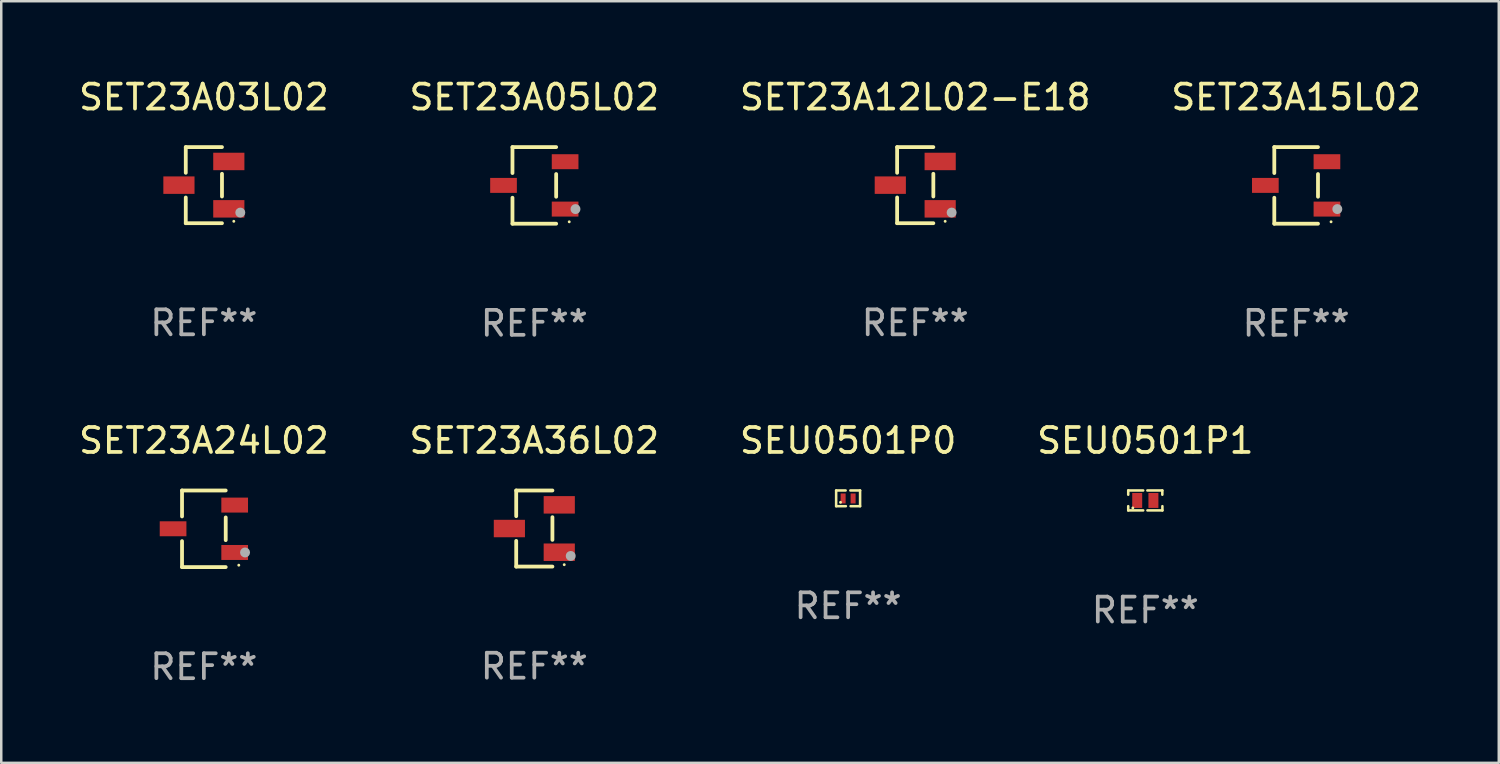
<source format=kicad_pcb>
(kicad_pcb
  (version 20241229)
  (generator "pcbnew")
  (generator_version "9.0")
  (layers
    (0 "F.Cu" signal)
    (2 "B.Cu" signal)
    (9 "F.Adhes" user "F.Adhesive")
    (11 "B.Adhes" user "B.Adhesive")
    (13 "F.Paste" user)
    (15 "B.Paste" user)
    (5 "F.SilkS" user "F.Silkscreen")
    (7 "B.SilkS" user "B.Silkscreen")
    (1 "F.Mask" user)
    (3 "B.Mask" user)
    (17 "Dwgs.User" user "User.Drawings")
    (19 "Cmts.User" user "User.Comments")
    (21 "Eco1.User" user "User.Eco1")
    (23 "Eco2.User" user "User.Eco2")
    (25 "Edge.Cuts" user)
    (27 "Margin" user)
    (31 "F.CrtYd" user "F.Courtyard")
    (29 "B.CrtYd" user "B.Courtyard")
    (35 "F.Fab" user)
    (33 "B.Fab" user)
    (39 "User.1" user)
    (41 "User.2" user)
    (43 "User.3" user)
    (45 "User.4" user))
  (footprint "SET23A15L02"
    (layer "F.Cu")
    (at 48.923 4.384)
    (property "Reference" "SET23A15L02" (at 0 -3.536 0) (layer "F.SilkS") (effects (font (size 1 1) (thickness 0.15))))
    (attr through_hole)
    (fp_line (start -0.876 -1.536) (end -0.876 -0.495) (stroke (width 0.152) (type solid)) (layer "F.SilkS"))
    (fp_line (start -0.876 1.536) (end -0.876 0.495) (stroke (width 0.152) (type solid)) (layer "F.SilkS"))
    (fp_line (start 0.876 -1.536) (end -0.876 -1.536) (stroke (width 0.152) (type solid)) (layer "F.SilkS"))
    (fp_line (start 0.876 -0.455) (end 0.876 0.455) (stroke (width 0.152) (type solid)) (layer "F.SilkS"))
    (fp_line (start 0.876 1.536) (end -0.876 1.536) (stroke (width 0.152) (type solid)) (layer "F.SilkS"))
    (fp_circle (center 1.4 1.46) (end 1.43 1.46) (stroke (width 0.06) (type solid)) (fill no) (layer "F.SilkS"))
    (fp_circle (center 1.651 0.95) (end 1.751 0.95) (stroke (width 0.2) (type solid)) (fill no) (layer "F.Fab"))
    (fp_text user "REF**" (at 0 5.536 0) (layer "F.Fab") (effects (font (size 1 1) (thickness 0.15))))
    (pad "1" smd rect (at 1.235 0.95) (size 1.07 0.6) (layers "F.Cu" "F.Mask" "F.Paste"))
    (pad "2" smd rect (at 1.235 -0.95) (size 1.07 0.6) (layers "F.Cu" "F.Mask" "F.Paste"))
    (pad "3" smd rect (at -1.235 0) (size 1.07 0.6) (layers "F.Cu" "F.Mask" "F.Paste")))
  (footprint "SEU0501P1"
    (layer "F.Cu")
    (at 42.875 17.017)
    (property "Reference" "SEU0501P1" (at 0 -2.4 0) (layer "F.SilkS") (effects (font (size 1 1) (thickness 0.15))))
    (attr through_hole)
    (fp_line (start -0.685 -0.4) (end -0.685 -0.23) (stroke (width 0.102) (type solid)) (layer "F.SilkS"))
    (fp_line (start -0.685 0.4) (end -0.685 0.23) (stroke (width 0.102) (type solid)) (layer "F.SilkS"))
    (fp_line (start -0.085 -0.4) (end -0.685 -0.4) (stroke (width 0.102) (type solid)) (layer "F.SilkS"))
    (fp_line (start -0.085 0.4) (end -0.685 0.4) (stroke (width 0.102) (type solid)) (layer "F.SilkS"))
    (fp_line (start 0.082 -0.4) (end 0.682 -0.4) (stroke (width 0.102) (type solid)) (layer "F.SilkS"))
    (fp_line (start 0.085 0.4) (end 0.685 0.4) (stroke (width 0.102) (type solid)) (layer "F.SilkS"))
    (fp_line (start 0.682 -0.4) (end 0.682 -0.23) (stroke (width 0.102) (type solid)) (layer "F.SilkS"))
    (fp_line (start 0.685 0.4) (end 0.685 0.23) (stroke (width 0.102) (type solid)) (layer "F.SilkS"))
    (fp_circle (center -0.5 0.3) (end -0.47 0.3) (stroke (width 0.06) (type solid)) (fill no) (layer "F.SilkS"))
    (fp_text user "REF**" (at 0 4.4 0) (layer "F.Fab") (effects (font (size 1 1) (thickness 0.15))))
    (pad "1" smd rect (at -0.325 0) (size 0.4 0.6) (layers "F.Cu" "F.Mask" "F.Paste"))
    (pad "2" smd rect (at 0.325 0) (size 0.4 0.6) (layers "F.Cu" "F.Mask" "F.Paste")))
  (footprint "SEU0501P0"
    (layer "F.Cu")
    (at 30.958 16.932)
    (property "Reference" "SEU0501P0" (at 0 -2.315 0) (layer "F.SilkS") (effects (font (size 1 1) (thickness 0.15))))
    (attr through_hole)
    (fp_line (start -0.48 -0.315) (end -0.48 0.315) (stroke (width 0.102) (type solid)) (layer "F.SilkS"))
    (fp_line (start -0.48 0.315) (end -0.09 0.315) (stroke (width 0.102) (type solid)) (layer "F.SilkS"))
    (fp_line (start -0.48 -0.315) (end -0.1 -0.315) (stroke (width 0.102) (type solid)) (layer "F.SilkS"))
    (fp_line (start 0.48 0.315) (end 0.1 0.315) (stroke (width 0.102) (type solid)) (layer "F.SilkS"))
    (fp_line (start 0.48 -0.315) (end 0.09 -0.315) (stroke (width 0.102) (type solid)) (layer "F.SilkS"))
    (fp_line (start 0.48 0.315) (end 0.48 -0.315) (stroke (width 0.102) (type solid)) (layer "F.SilkS"))
    (fp_circle (center -0.305 0.16) (end -0.275 0.16) (stroke (width 0.06) (type solid)) (fill no) (layer "F.SilkS"))
    (fp_text user "REF**" (at 0 4.315 0) (layer "F.Fab") (effects (font (size 1 1) (thickness 0.15))))
    (pad "1" smd rect (at -0.2 0.005) (size 0.2 0.4) (layers "F.Cu" "F.Mask" "F.Paste"))
    (pad "2" smd rect (at 0.2 0.005) (size 0.2 0.4) (layers "F.Cu" "F.Mask" "F.Paste")))
  (footprint "SET23A03L02"
    (layer "F.Cu")
    (at 5.125 4.374)
    (property "Reference" "SET23A03L02" (at 0 -3.526 0) (layer "F.SilkS") (effects (font (size 1 1) (thickness 0.15))))
    (attr through_hole)
    (fp_line (start -0.726 -1.526) (end -0.726 -0.495) (stroke (width 0.152) (type solid)) (layer "F.SilkS"))
    (fp_line (start -0.726 1.526) (end -0.726 0.495) (stroke (width 0.152) (type solid)) (layer "F.SilkS"))
    (fp_line (start 0.726 -1.526) (end -0.726 -1.526) (stroke (width 0.152) (type solid)) (layer "F.SilkS"))
    (fp_line (start 0.726 -0.455) (end 0.726 0.455) (stroke (width 0.152) (type solid)) (layer "F.SilkS"))
    (fp_line (start 0.726 1.526) (end -0.726 1.526) (stroke (width 0.152) (type solid)) (layer "F.SilkS"))
    (fp_circle (center 1.2 1.45) (end 1.23 1.45) (stroke (width 0.06) (type solid)) (fill no) (layer "F.SilkS"))
    (fp_circle (center 1.46 1.1) (end 1.56 1.1) (stroke (width 0.2) (type solid)) (fill no) (layer "F.Fab"))
    (fp_text user "REF**" (at 0 5.526 0) (layer "F.Fab") (effects (font (size 1 1) (thickness 0.15))))
    (pad "1" smd rect (at 1 0.95) (size 1.25 0.7) (layers "F.Cu" "F.Mask" "F.Paste"))
    (pad "2" smd rect (at 1 -0.95) (size 1.25 0.7) (layers "F.Cu" "F.Mask" "F.Paste"))
    (pad "3" smd rect (at -1 0) (size 1.25 0.7) (layers "F.Cu" "F.Mask" "F.Paste")))
  (footprint "SET23A24L02"
    (layer "F.Cu")
    (at 5.125 18.153)
    (property "Reference" "SET23A24L02" (at 0 -3.536 0) (layer "F.SilkS") (effects (font (size 1 1) (thickness 0.15))))
    (attr through_hole)
    (fp_line (start -0.876 -1.536) (end -0.876 -0.495) (stroke (width 0.152) (type solid)) (layer "F.SilkS"))
    (fp_line (start -0.876 1.536) (end -0.876 0.495) (stroke (width 0.152) (type solid)) (layer "F.SilkS"))
    (fp_line (start 0.876 -1.536) (end -0.876 -1.536) (stroke (width 0.152) (type solid)) (layer "F.SilkS"))
    (fp_line (start 0.876 -0.455) (end 0.876 0.455) (stroke (width 0.152) (type solid)) (layer "F.SilkS"))
    (fp_line (start 0.876 1.536) (end -0.876 1.536) (stroke (width 0.152) (type solid)) (layer "F.SilkS"))
    (fp_circle (center 1.4 1.46) (end 1.43 1.46) (stroke (width 0.06) (type solid)) (fill no) (layer "F.SilkS"))
    (fp_circle (center 1.651 0.95) (end 1.751 0.95) (stroke (width 0.2) (type solid)) (fill no) (layer "F.Fab"))
    (fp_text user "REF**" (at 0 5.536 0) (layer "F.Fab") (effects (font (size 1 1) (thickness 0.15))))
    (pad "1" smd rect (at 1.235 0.95) (size 1.07 0.6) (layers "F.Cu" "F.Mask" "F.Paste"))
    (pad "2" smd rect (at 1.235 -0.95) (size 1.07 0.6) (layers "F.Cu" "F.Mask" "F.Paste"))
    (pad "3" smd rect (at -1.235 0) (size 1.07 0.6) (layers "F.Cu" "F.Mask" "F.Paste")))
  (footprint "SET23A05L02"
    (layer "F.Cu")
    (at 18.375 4.384)
    (property "Reference" "SET23A05L02" (at 0 -3.536 0) (layer "F.SilkS") (effects (font (size 1 1) (thickness 0.15))))
    (attr through_hole)
    (fp_line (start -0.876 -1.536) (end -0.876 -0.495) (stroke (width 0.152) (type solid)) (layer "F.SilkS"))
    (fp_line (start -0.876 1.536) (end -0.876 0.495) (stroke (width 0.152) (type solid)) (layer "F.SilkS"))
    (fp_line (start 0.876 -1.536) (end -0.876 -1.536) (stroke (width 0.152) (type solid)) (layer "F.SilkS"))
    (fp_line (start 0.876 -0.455) (end 0.876 0.455) (stroke (width 0.152) (type solid)) (layer "F.SilkS"))
    (fp_line (start 0.876 1.536) (end -0.876 1.536) (stroke (width 0.152) (type solid)) (layer "F.SilkS"))
    (fp_circle (center 1.4 1.46) (end 1.43 1.46) (stroke (width 0.06) (type solid)) (fill no) (layer "F.SilkS"))
    (fp_circle (center 1.651 0.95) (end 1.751 0.95) (stroke (width 0.2) (type solid)) (fill no) (layer "F.Fab"))
    (fp_text user "REF**" (at 0 5.536 0) (layer "F.Fab") (effects (font (size 1 1) (thickness 0.15))))
    (pad "1" smd rect (at 1.235 0.95) (size 1.07 0.6) (layers "F.Cu" "F.Mask" "F.Paste"))
    (pad "2" smd rect (at 1.235 -0.95) (size 1.07 0.6) (layers "F.Cu" "F.Mask" "F.Paste"))
    (pad "3" smd rect (at -1.235 0) (size 1.07 0.6) (layers "F.Cu" "F.Mask" "F.Paste")))
  (footprint "SET23A36L02"
    (layer "F.Cu")
    (at 18.375 18.143)
    (property "Reference" "SET23A36L02" (at 0 -3.526 0) (layer "F.SilkS") (effects (font (size 1 1) (thickness 0.15))))
    (attr through_hole)
    (fp_line (start -0.726 -1.526) (end -0.726 -0.495) (stroke (width 0.152) (type solid)) (layer "F.SilkS"))
    (fp_line (start -0.726 1.526) (end -0.726 0.495) (stroke (width 0.152) (type solid)) (layer "F.SilkS"))
    (fp_line (start 0.726 -1.526) (end -0.726 -1.526) (stroke (width 0.152) (type solid)) (layer "F.SilkS"))
    (fp_line (start 0.726 -0.455) (end 0.726 0.455) (stroke (width 0.152) (type solid)) (layer "F.SilkS"))
    (fp_line (start 0.726 1.526) (end -0.726 1.526) (stroke (width 0.152) (type solid)) (layer "F.SilkS"))
    (fp_circle (center 1.2 1.45) (end 1.23 1.45) (stroke (width 0.06) (type solid)) (fill no) (layer "F.SilkS"))
    (fp_circle (center 1.46 1.1) (end 1.56 1.1) (stroke (width 0.2) (type solid)) (fill no) (layer "F.Fab"))
    (fp_text user "REF**" (at 0 5.526 0) (layer "F.Fab") (effects (font (size 1 1) (thickness 0.15))))
    (pad "1" smd rect (at 1 0.95) (size 1.25 0.7) (layers "F.Cu" "F.Mask" "F.Paste"))
    (pad "2" smd rect (at 1 -0.95) (size 1.25 0.7) (layers "F.Cu" "F.Mask" "F.Paste"))
    (pad "3" smd rect (at -1 0) (size 1.25 0.7) (layers "F.Cu" "F.Mask" "F.Paste")))
  (footprint "SET23A12L02-E18"
    (layer "F.Cu")
    (at 33.649 4.374)
    (property "Reference" "SET23A12L02-E18" (at 0 -3.526 0) (layer "F.SilkS") (effects (font (size 1 1) (thickness 0.15))))
    (attr through_hole)
    (fp_line (start -0.726 -1.526) (end -0.726 -0.495) (stroke (width 0.152) (type solid)) (layer "F.SilkS"))
    (fp_line (start -0.726 1.526) (end -0.726 0.495) (stroke (width 0.152) (type solid)) (layer "F.SilkS"))
    (fp_line (start 0.726 -1.526) (end -0.726 -1.526) (stroke (width 0.152) (type solid)) (layer "F.SilkS"))
    (fp_line (start 0.726 -0.455) (end 0.726 0.455) (stroke (width 0.152) (type solid)) (layer "F.SilkS"))
    (fp_line (start 0.726 1.526) (end -0.726 1.526) (stroke (width 0.152) (type solid)) (layer "F.SilkS"))
    (fp_circle (center 1.2 1.45) (end 1.23 1.45) (stroke (width 0.06) (type solid)) (fill no) (layer "F.SilkS"))
    (fp_circle (center 1.46 1.1) (end 1.56 1.1) (stroke (width 0.2) (type solid)) (fill no) (layer "F.Fab"))
    (fp_text user "REF**" (at 0 5.526 0) (layer "F.Fab") (effects (font (size 1 1) (thickness 0.15))))
    (pad "1" smd rect (at 1 0.95) (size 1.25 0.7) (layers "F.Cu" "F.Mask" "F.Paste"))
    (pad "2" smd rect (at 1 -0.95) (size 1.25 0.7) (layers "F.Cu" "F.Mask" "F.Paste"))
    (pad "3" smd rect (at -1 0) (size 1.25 0.7) (layers "F.Cu" "F.Mask" "F.Paste")))
  (gr_rect
    (start -3 -3)
    (end 57.048 27.538)
    (stroke (width 0.1) (type default))
    (fill no)
    (layer "Edge.Cuts")))
</source>
